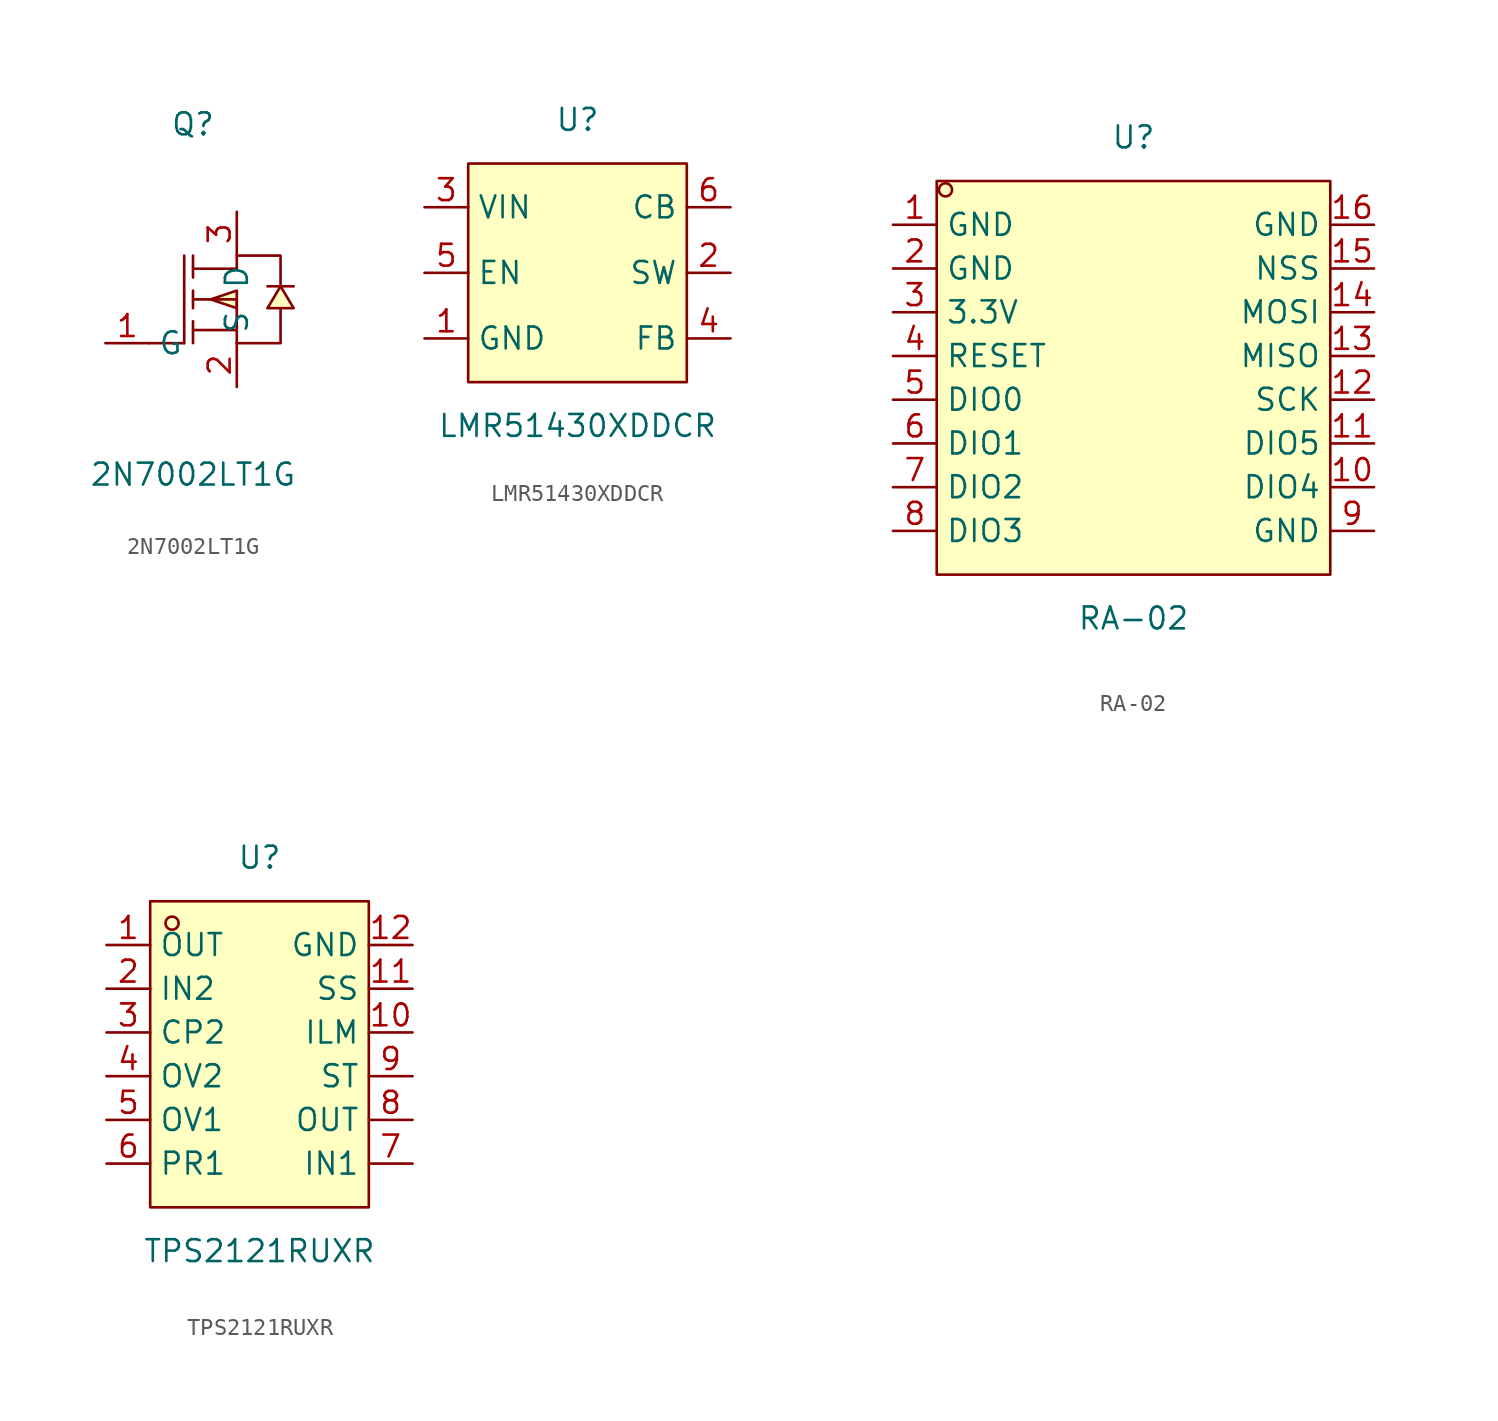
<source format=kicad_sym>
(kicad_symbol_lib
  (version 20211014)
  (generator https://github.com/uPesy/easyeda2kicad.py)
  (symbol "2N7002LT1G"
    (property "Reference" "Q"
      (at 0 10.16 0)
      (effects (font (size 1.27 1.27))))
    (property "Value" "2N7002LT1G"
      (at 0 -10.16 0)
      (effects (font (size 1.27 1.27))))
    (symbol "2N7002LT1G_0_1"
      (polyline (pts (xy 2.54 -2.54) (xy 5.08 -2.54) (xy 5.08 -0.51)) (stroke (width 0) (type default) (color 0 0 0 0)) (fill (type none)))
      (polyline (pts (xy 2.54 1.78) (xy 2.54 2.54) (xy 5.08 2.54) (xy 5.08 0.76)) (stroke (width 0) (type default) (color 0 0 0 0)) (fill (type none)))
      (polyline (pts (xy 2.54 1.78) (xy 0.00 1.78)) (stroke (width 0) (type default) (color 0 0 0 0)) (fill (type none)))
      (polyline (pts (xy 0.00 -0.00) (xy 2.54 -0.00) (xy 2.54 -2.54)) (stroke (width 0) (type default) (color 0 0 0 0)) (fill (type none)))
      (polyline (pts (xy 2.54 -1.78) (xy 0.00 -1.78)) (stroke (width 0) (type default) (color 0 0 0 0)) (fill (type none)))
      (polyline (pts (xy -0.51 2.54) (xy -0.51 -2.54)) (stroke (width 0) (type default) (color 0 0 0 0)) (fill (type none)))
      (polyline (pts (xy 0.00 1.27) (xy 0.00 2.54)) (stroke (width 0) (type default) (color 0 0 0 0)) (fill (type none)))
      (polyline (pts (xy 0.00 -0.51) (xy 0.00 0.51)) (stroke (width 0) (type default) (color 0 0 0 0)) (fill (type none)))
      (polyline (pts (xy 0.00 -2.54) (xy 0.00 -1.27)) (stroke (width 0) (type default) (color 0 0 0 0)) (fill (type none)))
      (polyline (pts (xy -2.54 -2.54) (xy -0.51 -2.54)) (stroke (width 0) (type default) (color 0 0 0 0)) (fill (type none)))
      (polyline (pts (xy 5.84 0.76) (xy 5.59 0.76) (xy 4.57 0.76) (xy 4.32 0.76)) (stroke (width 0) (type default) (color 0 0 0 0)) (fill (type none)))
      (polyline (pts (xy 1.02 -0.00) (xy 2.54 -0.51) (xy 2.54 0.51) (xy 1.02 -0.00)) (stroke (width 0) (type default) (color 0 0 0 0)) (fill (type background)))
      (polyline (pts (xy 5.08 0.76) (xy 4.32 -0.51) (xy 5.84 -0.51) (xy 5.08 0.76)) (stroke (width 0) (type default) (color 0 0 0 0)) (fill (type background)))
      (pin unspecified line (at 2.54 5.08 270) (length 2.54) (name "D" (effects (font (size 1.27 1.27)))) (number "3" (effects (font (size 1.27 1.27)))))
      (pin unspecified line (at -5.08 -2.54 0) (length 2.54) (name "G" (effects (font (size 1.27 1.27)))) (number "1" (effects (font (size 1.27 1.27)))))
      (pin unspecified line (at 2.54 -5.08 90) (length 2.54) (name "S" (effects (font (size 1.27 1.27)))) (number "2" (effects (font (size 1.27 1.27)))))))
  (symbol "LMR51430XDDCR"
    (property "Reference" "U"
      (at 0 8.89 0)
      (effects (font (size 1.27 1.27))))
    (property "Value" "LMR51430XDDCR"
      (at 0 -8.89 0)
      (effects (font (size 1.27 1.27))))
    (symbol "LMR51430XDDCR_0_1"
      (rectangle (start -6.35 6.35) (end 6.35 -6.35) (stroke (width 0) (type default) (color 0 0 0 0)) (fill (type background)))
      (pin unspecified line (at 8.89 -3.81 180) (length 2.54) (name "FB" (effects (font (size 1.27 1.27)))) (number "4" (effects (font (size 1.27 1.27)))))
      (pin unspecified line (at 8.89 3.81 180) (length 2.54) (name "CB" (effects (font (size 1.27 1.27)))) (number "6" (effects (font (size 1.27 1.27)))))
      (pin unspecified line (at -8.89 3.81 0) (length 2.54) (name "VIN" (effects (font (size 1.27 1.27)))) (number "3" (effects (font (size 1.27 1.27)))))
      (pin unspecified line (at -8.89 -0.00 0) (length 2.54) (name "EN" (effects (font (size 1.27 1.27)))) (number "5" (effects (font (size 1.27 1.27)))))
      (pin unspecified line (at -8.89 -3.81 0) (length 2.54) (name "GND" (effects (font (size 1.27 1.27)))) (number "1" (effects (font (size 1.27 1.27)))))
      (pin unspecified line (at 8.89 -0.00 180) (length 2.54) (name "SW" (effects (font (size 1.27 1.27)))) (number "2" (effects (font (size 1.27 1.27)))))))
  (symbol "RA-02"
    (property "Reference" "U"
      (at 0 13.97 0)
      (effects (font (size 1.27 1.27))))
    (property "Value" "RA-02"
      (at 0 -13.97 0)
      (effects (font (size 1.27 1.27))))
    (symbol "RA-02_0_1"
      (rectangle (start -11.43 11.43) (end 11.43 -11.43) (stroke (width 0) (type default) (color 0 0 0 0)) (fill (type background)))
      (circle (center -10.92 10.92) (radius 0.38) (stroke (width 0) (type default) (color 0 0 0 0)) (fill (type none)))
      (pin unspecified line (at -13.97 8.89 0) (length 2.54) (name "GND" (effects (font (size 1.27 1.27)))) (number "1" (effects (font (size 1.27 1.27)))))
      (pin unspecified line (at -13.97 6.35 0) (length 2.54) (name "GND" (effects (font (size 1.27 1.27)))) (number "2" (effects (font (size 1.27 1.27)))))
      (pin unspecified line (at -13.97 3.81 0) (length 2.54) (name "3.3V" (effects (font (size 1.27 1.27)))) (number "3" (effects (font (size 1.27 1.27)))))
      (pin unspecified line (at -13.97 1.27 0) (length 2.54) (name "RESET" (effects (font (size 1.27 1.27)))) (number "4" (effects (font (size 1.27 1.27)))))
      (pin unspecified line (at -13.97 -1.27 0) (length 2.54) (name "DIO0" (effects (font (size 1.27 1.27)))) (number "5" (effects (font (size 1.27 1.27)))))
      (pin unspecified line (at -13.97 -3.81 0) (length 2.54) (name "DIO1" (effects (font (size 1.27 1.27)))) (number "6" (effects (font (size 1.27 1.27)))))
      (pin unspecified line (at -13.97 -6.35 0) (length 2.54) (name "DIO2" (effects (font (size 1.27 1.27)))) (number "7" (effects (font (size 1.27 1.27)))))
      (pin unspecified line (at -13.97 -8.89 0) (length 2.54) (name "DIO3" (effects (font (size 1.27 1.27)))) (number "8" (effects (font (size 1.27 1.27)))))
      (pin unspecified line (at 13.97 -8.89 180) (length 2.54) (name "GND" (effects (font (size 1.27 1.27)))) (number "9" (effects (font (size 1.27 1.27)))))
      (pin unspecified line (at 13.97 -6.35 180) (length 2.54) (name "DIO4" (effects (font (size 1.27 1.27)))) (number "10" (effects (font (size 1.27 1.27)))))
      (pin unspecified line (at 13.97 -3.81 180) (length 2.54) (name "DIO5" (effects (font (size 1.27 1.27)))) (number "11" (effects (font (size 1.27 1.27)))))
      (pin unspecified line (at 13.97 -1.27 180) (length 2.54) (name "SCK" (effects (font (size 1.27 1.27)))) (number "12" (effects (font (size 1.27 1.27)))))
      (pin unspecified line (at 13.97 1.27 180) (length 2.54) (name "MISO" (effects (font (size 1.27 1.27)))) (number "13" (effects (font (size 1.27 1.27)))))
      (pin unspecified line (at 13.97 3.81 180) (length 2.54) (name "MOSI" (effects (font (size 1.27 1.27)))) (number "14" (effects (font (size 1.27 1.27)))))
      (pin unspecified line (at 13.97 6.35 180) (length 2.54) (name "NSS" (effects (font (size 1.27 1.27)))) (number "15" (effects (font (size 1.27 1.27)))))
      (pin unspecified line (at 13.97 8.89 180) (length 2.54) (name "GND" (effects (font (size 1.27 1.27)))) (number "16" (effects (font (size 1.27 1.27)))))))
  (symbol "TPS2121RUXR"
    (property "Reference" "U"
      (at 0 11.43 0)
      (effects (font (size 1.27 1.27))))
    (property "Value" "TPS2121RUXR"
      (at 0 -11.43 0)
      (effects (font (size 1.27 1.27))))
    (symbol "TPS2121RUXR_0_1"
      (rectangle (start -6.35 8.89) (end 6.35 -8.89) (stroke (width 0) (type default) (color 0 0 0 0)) (fill (type background)))
      (circle (center -5.08 7.62) (radius 0.38) (stroke (width 0) (type default) (color 0 0 0 0)) (fill (type none)))
      (pin unspecified line (at -8.89 6.35 0) (length 2.54) (name "OUT" (effects (font (size 1.27 1.27)))) (number "1" (effects (font (size 1.27 1.27)))))
      (pin unspecified line (at -8.89 3.81 0) (length 2.54) (name "IN2" (effects (font (size 1.27 1.27)))) (number "2" (effects (font (size 1.27 1.27)))))
      (pin unspecified line (at -8.89 1.27 0) (length 2.54) (name "CP2" (effects (font (size 1.27 1.27)))) (number "3" (effects (font (size 1.27 1.27)))))
      (pin unspecified line (at -8.89 -1.27 0) (length 2.54) (name "OV2" (effects (font (size 1.27 1.27)))) (number "4" (effects (font (size 1.27 1.27)))))
      (pin unspecified line (at -8.89 -3.81 0) (length 2.54) (name "OV1" (effects (font (size 1.27 1.27)))) (number "5" (effects (font (size 1.27 1.27)))))
      (pin unspecified line (at -8.89 -6.35 0) (length 2.54) (name "PR1" (effects (font (size 1.27 1.27)))) (number "6" (effects (font (size 1.27 1.27)))))
      (pin unspecified line (at 8.89 -6.35 180) (length 2.54) (name "IN1" (effects (font (size 1.27 1.27)))) (number "7" (effects (font (size 1.27 1.27)))))
      (pin unspecified line (at 8.89 -3.81 180) (length 2.54) (name "OUT" (effects (font (size 1.27 1.27)))) (number "8" (effects (font (size 1.27 1.27)))))
      (pin unspecified line (at 8.89 -1.27 180) (length 2.54) (name "ST" (effects (font (size 1.27 1.27)))) (number "9" (effects (font (size 1.27 1.27)))))
      (pin unspecified line (at 8.89 1.27 180) (length 2.54) (name "ILM" (effects (font (size 1.27 1.27)))) (number "10" (effects (font (size 1.27 1.27)))))
      (pin unspecified line (at 8.89 3.81 180) (length 2.54) (name "SS" (effects (font (size 1.27 1.27)))) (number "11" (effects (font (size 1.27 1.27)))))
      (pin unspecified line (at 8.89 6.35 180) (length 2.54) (name "GND" (effects (font (size 1.27 1.27)))) (number "12" (effects (font (size 1.27 1.27))))))))
</source>
